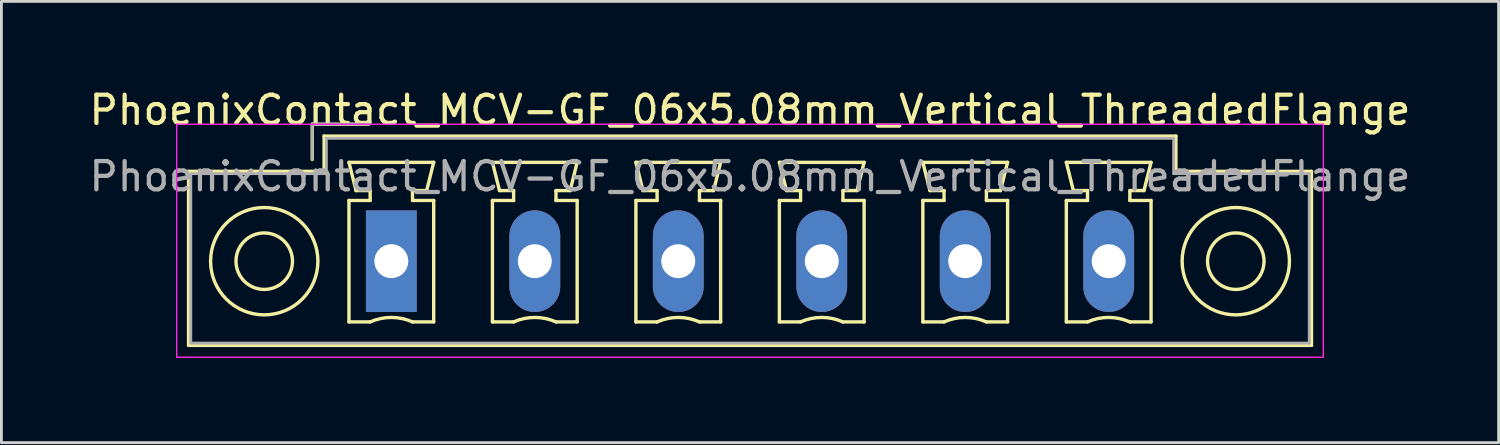
<source format=kicad_pcb>
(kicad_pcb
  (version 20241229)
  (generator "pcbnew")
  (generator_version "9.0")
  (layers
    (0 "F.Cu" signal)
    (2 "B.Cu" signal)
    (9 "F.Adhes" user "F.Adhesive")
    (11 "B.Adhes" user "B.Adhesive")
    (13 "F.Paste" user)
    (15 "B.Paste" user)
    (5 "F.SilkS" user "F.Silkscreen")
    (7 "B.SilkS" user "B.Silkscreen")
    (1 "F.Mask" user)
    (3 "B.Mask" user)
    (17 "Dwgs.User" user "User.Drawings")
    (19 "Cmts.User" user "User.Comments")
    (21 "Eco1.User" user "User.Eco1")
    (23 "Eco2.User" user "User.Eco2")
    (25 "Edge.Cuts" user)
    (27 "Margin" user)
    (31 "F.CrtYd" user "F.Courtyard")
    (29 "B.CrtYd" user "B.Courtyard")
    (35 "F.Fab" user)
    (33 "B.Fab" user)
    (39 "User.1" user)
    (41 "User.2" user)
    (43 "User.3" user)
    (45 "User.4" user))
  (footprint "PhoenixContact_MCV-GF_06x5.08mm_Vertical_ThreadedFlange"
    (layer "F.Cu")
    (at 10.806 6.198)
    (property "Reference" "PhoenixContact_MCV-GF_06x5.08mm_Vertical_ThreadedFlange" (at 12.7 -5.35 0) (layer "F.SilkS") (effects (font (size 1 1) (thickness 0.15))))
    (attr through_hole)
    (fp_line (start -7.18 -3.18) (end -7.18 2.98) (stroke (width 0.12) (type solid)) (layer "F.SilkS"))
    (fp_line (start -7.18 2.98) (end 32.58 2.98) (stroke (width 0.12) (type solid)) (layer "F.SilkS"))
    (fp_line (start -2.8 -4.85) (end -0.8 -4.85) (stroke (width 0.12) (type solid)) (layer "F.SilkS"))
    (fp_line (start -2.8 -3.6) (end -2.8 -4.85) (stroke (width 0.12) (type solid)) (layer "F.SilkS"))
    (fp_line (start -2.38 -4.43) (end -2.38 -3.18) (stroke (width 0.12) (type solid)) (layer "F.SilkS"))
    (fp_line (start -2.38 -3.18) (end -7.18 -3.18) (stroke (width 0.12) (type solid)) (layer "F.SilkS"))
    (fp_line (start -1.5 -3.5) (end 1.5 -3.5) (stroke (width 0.12) (type solid)) (layer "F.SilkS"))
    (fp_line (start -1.5 -2.15) (end -0.75 -2.15) (stroke (width 0.12) (type solid)) (layer "F.SilkS"))
    (fp_line (start -1.5 2.15) (end -1.5 -2.15) (stroke (width 0.12) (type solid)) (layer "F.SilkS"))
    (fp_line (start -1.25 -2.5) (end -1.5 -3.5) (stroke (width 0.12) (type solid)) (layer "F.SilkS"))
    (fp_line (start -0.75 -2.5) (end -1.25 -2.5) (stroke (width 0.12) (type solid)) (layer "F.SilkS"))
    (fp_line (start -0.75 -2.15) (end -0.75 -2.5) (stroke (width 0.12) (type solid)) (layer "F.SilkS"))
    (fp_line (start -0.75 2.15) (end -1.5 2.15) (stroke (width 0.12) (type solid)) (layer "F.SilkS"))
    (fp_line (start 0.75 -2.5) (end 0.75 -2.15) (stroke (width 0.12) (type solid)) (layer "F.SilkS"))
    (fp_line (start 0.75 -2.15) (end 1.5 -2.15) (stroke (width 0.12) (type solid)) (layer "F.SilkS"))
    (fp_line (start 1.25 -2.5) (end 0.75 -2.5) (stroke (width 0.12) (type solid)) (layer "F.SilkS"))
    (fp_line (start 1.5 -3.5) (end 1.25 -2.5) (stroke (width 0.12) (type solid)) (layer "F.SilkS"))
    (fp_line (start 1.5 -2.15) (end 1.5 2.15) (stroke (width 0.12) (type solid)) (layer "F.SilkS"))
    (fp_line (start 1.5 2.15) (end 0.75 2.15) (stroke (width 0.12) (type solid)) (layer "F.SilkS"))
    (fp_line (start 3.58 -3.5) (end 6.58 -3.5) (stroke (width 0.12) (type solid)) (layer "F.SilkS"))
    (fp_line (start 3.58 -2.15) (end 4.33 -2.15) (stroke (width 0.12) (type solid)) (layer "F.SilkS"))
    (fp_line (start 3.58 2.15) (end 3.58 -2.15) (stroke (width 0.12) (type solid)) (layer "F.SilkS"))
    (fp_line (start 3.83 -2.5) (end 3.58 -3.5) (stroke (width 0.12) (type solid)) (layer "F.SilkS"))
    (fp_line (start 4.33 -2.5) (end 3.83 -2.5) (stroke (width 0.12) (type solid)) (layer "F.SilkS"))
    (fp_line (start 4.33 -2.15) (end 4.33 -2.5) (stroke (width 0.12) (type solid)) (layer "F.SilkS"))
    (fp_line (start 4.33 2.15) (end 3.58 2.15) (stroke (width 0.12) (type solid)) (layer "F.SilkS"))
    (fp_line (start 5.83 -2.5) (end 5.83 -2.15) (stroke (width 0.12) (type solid)) (layer "F.SilkS"))
    (fp_line (start 5.83 -2.15) (end 6.58 -2.15) (stroke (width 0.12) (type solid)) (layer "F.SilkS"))
    (fp_line (start 6.33 -2.5) (end 5.83 -2.5) (stroke (width 0.12) (type solid)) (layer "F.SilkS"))
    (fp_line (start 6.58 -3.5) (end 6.33 -2.5) (stroke (width 0.12) (type solid)) (layer "F.SilkS"))
    (fp_line (start 6.58 -2.15) (end 6.58 2.15) (stroke (width 0.12) (type solid)) (layer "F.SilkS"))
    (fp_line (start 6.58 2.15) (end 5.83 2.15) (stroke (width 0.12) (type solid)) (layer "F.SilkS"))
    (fp_line (start 8.66 -3.5) (end 11.66 -3.5) (stroke (width 0.12) (type solid)) (layer "F.SilkS"))
    (fp_line (start 8.66 -2.15) (end 9.41 -2.15) (stroke (width 0.12) (type solid)) (layer "F.SilkS"))
    (fp_line (start 8.66 2.15) (end 8.66 -2.15) (stroke (width 0.12) (type solid)) (layer "F.SilkS"))
    (fp_line (start 8.91 -2.5) (end 8.66 -3.5) (stroke (width 0.12) (type solid)) (layer "F.SilkS"))
    (fp_line (start 9.41 -2.5) (end 8.91 -2.5) (stroke (width 0.12) (type solid)) (layer "F.SilkS"))
    (fp_line (start 9.41 -2.15) (end 9.41 -2.5) (stroke (width 0.12) (type solid)) (layer "F.SilkS"))
    (fp_line (start 9.41 2.15) (end 8.66 2.15) (stroke (width 0.12) (type solid)) (layer "F.SilkS"))
    (fp_line (start 10.91 -2.5) (end 10.91 -2.15) (stroke (width 0.12) (type solid)) (layer "F.SilkS"))
    (fp_line (start 10.91 -2.15) (end 11.66 -2.15) (stroke (width 0.12) (type solid)) (layer "F.SilkS"))
    (fp_line (start 11.41 -2.5) (end 10.91 -2.5) (stroke (width 0.12) (type solid)) (layer "F.SilkS"))
    (fp_line (start 11.66 -3.5) (end 11.41 -2.5) (stroke (width 0.12) (type solid)) (layer "F.SilkS"))
    (fp_line (start 11.66 -2.15) (end 11.66 2.15) (stroke (width 0.12) (type solid)) (layer "F.SilkS"))
    (fp_line (start 11.66 2.15) (end 10.91 2.15) (stroke (width 0.12) (type solid)) (layer "F.SilkS"))
    (fp_line (start 13.74 -3.5) (end 16.74 -3.5) (stroke (width 0.12) (type solid)) (layer "F.SilkS"))
    (fp_line (start 13.74 -2.15) (end 14.49 -2.15) (stroke (width 0.12) (type solid)) (layer "F.SilkS"))
    (fp_line (start 13.74 2.15) (end 13.74 -2.15) (stroke (width 0.12) (type solid)) (layer "F.SilkS"))
    (fp_line (start 13.99 -2.5) (end 13.74 -3.5) (stroke (width 0.12) (type solid)) (layer "F.SilkS"))
    (fp_line (start 14.49 -2.5) (end 13.99 -2.5) (stroke (width 0.12) (type solid)) (layer "F.SilkS"))
    (fp_line (start 14.49 -2.15) (end 14.49 -2.5) (stroke (width 0.12) (type solid)) (layer "F.SilkS"))
    (fp_line (start 14.49 2.15) (end 13.74 2.15) (stroke (width 0.12) (type solid)) (layer "F.SilkS"))
    (fp_line (start 15.99 -2.5) (end 15.99 -2.15) (stroke (width 0.12) (type solid)) (layer "F.SilkS"))
    (fp_line (start 15.99 -2.15) (end 16.74 -2.15) (stroke (width 0.12) (type solid)) (layer "F.SilkS"))
    (fp_line (start 16.49 -2.5) (end 15.99 -2.5) (stroke (width 0.12) (type solid)) (layer "F.SilkS"))
    (fp_line (start 16.74 -3.5) (end 16.49 -2.5) (stroke (width 0.12) (type solid)) (layer "F.SilkS"))
    (fp_line (start 16.74 -2.15) (end 16.74 2.15) (stroke (width 0.12) (type solid)) (layer "F.SilkS"))
    (fp_line (start 16.74 2.15) (end 15.99 2.15) (stroke (width 0.12) (type solid)) (layer "F.SilkS"))
    (fp_line (start 18.82 -3.5) (end 21.82 -3.5) (stroke (width 0.12) (type solid)) (layer "F.SilkS"))
    (fp_line (start 18.82 -2.15) (end 19.57 -2.15) (stroke (width 0.12) (type solid)) (layer "F.SilkS"))
    (fp_line (start 18.82 2.15) (end 18.82 -2.15) (stroke (width 0.12) (type solid)) (layer "F.SilkS"))
    (fp_line (start 19.07 -2.5) (end 18.82 -3.5) (stroke (width 0.12) (type solid)) (layer "F.SilkS"))
    (fp_line (start 19.57 -2.5) (end 19.07 -2.5) (stroke (width 0.12) (type solid)) (layer "F.SilkS"))
    (fp_line (start 19.57 -2.15) (end 19.57 -2.5) (stroke (width 0.12) (type solid)) (layer "F.SilkS"))
    (fp_line (start 19.57 2.15) (end 18.82 2.15) (stroke (width 0.12) (type solid)) (layer "F.SilkS"))
    (fp_line (start 21.07 -2.5) (end 21.07 -2.15) (stroke (width 0.12) (type solid)) (layer "F.SilkS"))
    (fp_line (start 21.07 -2.15) (end 21.82 -2.15) (stroke (width 0.12) (type solid)) (layer "F.SilkS"))
    (fp_line (start 21.57 -2.5) (end 21.07 -2.5) (stroke (width 0.12) (type solid)) (layer "F.SilkS"))
    (fp_line (start 21.82 -3.5) (end 21.57 -2.5) (stroke (width 0.12) (type solid)) (layer "F.SilkS"))
    (fp_line (start 21.82 -2.15) (end 21.82 2.15) (stroke (width 0.12) (type solid)) (layer "F.SilkS"))
    (fp_line (start 21.82 2.15) (end 21.07 2.15) (stroke (width 0.12) (type solid)) (layer "F.SilkS"))
    (fp_line (start 23.9 -3.5) (end 26.9 -3.5) (stroke (width 0.12) (type solid)) (layer "F.SilkS"))
    (fp_line (start 23.9 -2.15) (end 24.65 -2.15) (stroke (width 0.12) (type solid)) (layer "F.SilkS"))
    (fp_line (start 23.9 2.15) (end 23.9 -2.15) (stroke (width 0.12) (type solid)) (layer "F.SilkS"))
    (fp_line (start 24.15 -2.5) (end 23.9 -3.5) (stroke (width 0.12) (type solid)) (layer "F.SilkS"))
    (fp_line (start 24.65 -2.5) (end 24.15 -2.5) (stroke (width 0.12) (type solid)) (layer "F.SilkS"))
    (fp_line (start 24.65 -2.15) (end 24.65 -2.5) (stroke (width 0.12) (type solid)) (layer "F.SilkS"))
    (fp_line (start 24.65 2.15) (end 23.9 2.15) (stroke (width 0.12) (type solid)) (layer "F.SilkS"))
    (fp_line (start 26.15 -2.5) (end 26.15 -2.15) (stroke (width 0.12) (type solid)) (layer "F.SilkS"))
    (fp_line (start 26.15 -2.15) (end 26.9 -2.15) (stroke (width 0.12) (type solid)) (layer "F.SilkS"))
    (fp_line (start 26.65 -2.5) (end 26.15 -2.5) (stroke (width 0.12) (type solid)) (layer "F.SilkS"))
    (fp_line (start 26.9 -3.5) (end 26.65 -2.5) (stroke (width 0.12) (type solid)) (layer "F.SilkS"))
    (fp_line (start 26.9 -2.15) (end 26.9 2.15) (stroke (width 0.12) (type solid)) (layer "F.SilkS"))
    (fp_line (start 26.9 2.15) (end 26.15 2.15) (stroke (width 0.12) (type solid)) (layer "F.SilkS"))
    (fp_line (start 27.78 -4.43) (end -2.38 -4.43) (stroke (width 0.12) (type solid)) (layer "F.SilkS"))
    (fp_line (start 27.78 -3.18) (end 27.78 -4.43) (stroke (width 0.12) (type solid)) (layer "F.SilkS"))
    (fp_line (start 32.58 -3.18) (end 27.78 -3.18) (stroke (width 0.12) (type solid)) (layer "F.SilkS"))
    (fp_line (start 32.58 2.98) (end 32.58 -3.18) (stroke (width 0.12) (type solid)) (layer "F.SilkS"))
    (fp_arc (start -0.75 2.15) (mid -0.000193 1.99191) (end 0.749647 2.149844) (stroke (width 0.12) (type solid)) (layer "F.SilkS"))
    (fp_arc (start 4.33 2.15) (mid 5.079807 1.99191) (end 5.829647 2.149844) (stroke (width 0.12) (type solid)) (layer "F.SilkS"))
    (fp_arc (start 9.41 2.15) (mid 10.159807 1.99191) (end 10.909647 2.149844) (stroke (width 0.12) (type solid)) (layer "F.SilkS"))
    (fp_arc (start 14.49 2.15) (mid 15.239807 1.99191) (end 15.989647 2.149844) (stroke (width 0.12) (type solid)) (layer "F.SilkS"))
    (fp_arc (start 19.57 2.15) (mid 20.319807 1.99191) (end 21.069647 2.149844) (stroke (width 0.12) (type solid)) (layer "F.SilkS"))
    (fp_arc (start 24.65 2.15) (mid 25.399807 1.99191) (end 26.149647 2.149844) (stroke (width 0.12) (type solid)) (layer "F.SilkS"))
    (fp_circle (center -4.5 0) (end -3.5 0) (stroke (width 0.12) (type solid)) (fill no) (layer "F.SilkS"))
    (fp_circle (center -4.5 0) (end -2.6 0) (stroke (width 0.12) (type solid)) (fill no) (layer "F.SilkS"))
    (fp_circle (center 29.9 0) (end 30.9 0) (stroke (width 0.12) (type solid)) (fill no) (layer "F.SilkS"))
    (fp_circle (center 29.9 0) (end 31.8 0) (stroke (width 0.12) (type solid)) (fill no) (layer "F.SilkS"))
    (fp_line (start -7.6 -4.85) (end -7.6 3.4) (stroke (width 0.05) (type solid)) (layer "F.CrtYd"))
    (fp_line (start -7.6 3.4) (end 33 3.4) (stroke (width 0.05) (type solid)) (layer "F.CrtYd"))
    (fp_line (start 33 -4.85) (end -7.6 -4.85) (stroke (width 0.05) (type solid)) (layer "F.CrtYd"))
    (fp_line (start 33 3.4) (end 33 -4.85) (stroke (width 0.05) (type solid)) (layer "F.CrtYd"))
    (fp_line (start -7.1 -3.1) (end -7.1 2.9) (stroke (width 0.1) (type solid)) (layer "F.Fab"))
    (fp_line (start -7.1 2.9) (end 32.5 2.9) (stroke (width 0.1) (type solid)) (layer "F.Fab"))
    (fp_line (start -2.8 -4.85) (end -0.8 -4.85) (stroke (width 0.1) (type solid)) (layer "F.Fab"))
    (fp_line (start -2.8 -3.6) (end -2.8 -4.85) (stroke (width 0.1) (type solid)) (layer "F.Fab"))
    (fp_line (start -2.3 -4.35) (end -2.3 -3.1) (stroke (width 0.1) (type solid)) (layer "F.Fab"))
    (fp_line (start -2.3 -3.1) (end -7.1 -3.1) (stroke (width 0.1) (type solid)) (layer "F.Fab"))
    (fp_line (start 27.7 -4.35) (end -2.3 -4.35) (stroke (width 0.1) (type solid)) (layer "F.Fab"))
    (fp_line (start 27.7 -3.1) (end 27.7 -4.35) (stroke (width 0.1) (type solid)) (layer "F.Fab"))
    (fp_line (start 32.5 -3.1) (end 27.7 -3.1) (stroke (width 0.1) (type solid)) (layer "F.Fab"))
    (fp_line (start 32.5 2.9) (end 32.5 -3.1) (stroke (width 0.1) (type solid)) (layer "F.Fab"))
    (fp_text user "${REFERENCE}" (at 12.7 -3 0) (layer "F.Fab") (effects (font (size 1 1) (thickness 0.15))))
    (pad "1" thru_hole rect (at 0 0) (size 1.8 3.6) (drill 1.2) (layers "*.Cu" "*.Mask"))
    (pad "2" thru_hole oval (at 5.08 0) (size 1.8 3.6) (drill 1.2) (layers "*.Cu" "*.Mask"))
    (pad "3" thru_hole oval (at 10.16 0) (size 1.8 3.6) (drill 1.2) (layers "*.Cu" "*.Mask"))
    (pad "4" thru_hole oval (at 15.24 0) (size 1.8 3.6) (drill 1.2) (layers "*.Cu" "*.Mask"))
    (pad "5" thru_hole oval (at 20.32 0) (size 1.8 3.6) (drill 1.2) (layers "*.Cu" "*.Mask"))
    (pad "6" thru_hole oval (at 25.4 0) (size 1.8 3.6) (drill 1.2) (layers "*.Cu" "*.Mask")))
  (gr_rect
    (start -3 -3)
    (end 50.012 12.623)
    (stroke (width 0.1) (type default))
    (fill no)
    (layer "Edge.Cuts")))
</source>
